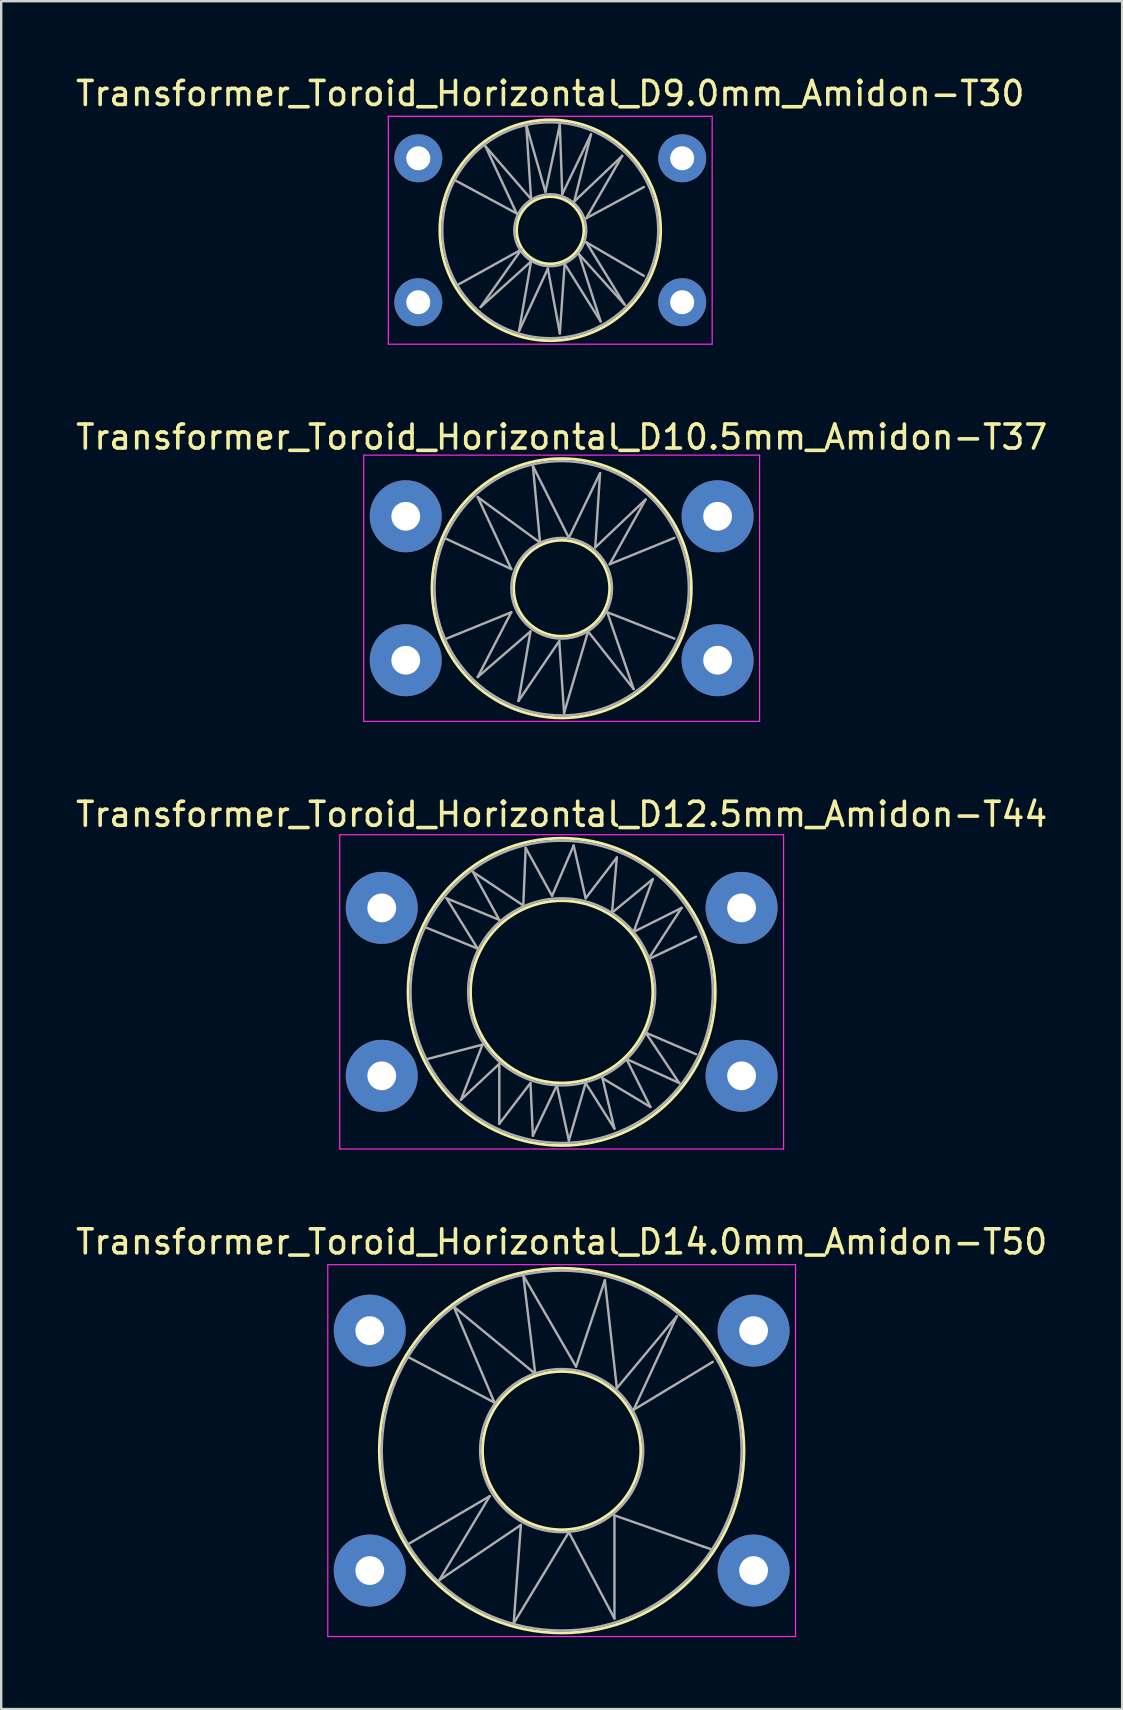
<source format=kicad_pcb>
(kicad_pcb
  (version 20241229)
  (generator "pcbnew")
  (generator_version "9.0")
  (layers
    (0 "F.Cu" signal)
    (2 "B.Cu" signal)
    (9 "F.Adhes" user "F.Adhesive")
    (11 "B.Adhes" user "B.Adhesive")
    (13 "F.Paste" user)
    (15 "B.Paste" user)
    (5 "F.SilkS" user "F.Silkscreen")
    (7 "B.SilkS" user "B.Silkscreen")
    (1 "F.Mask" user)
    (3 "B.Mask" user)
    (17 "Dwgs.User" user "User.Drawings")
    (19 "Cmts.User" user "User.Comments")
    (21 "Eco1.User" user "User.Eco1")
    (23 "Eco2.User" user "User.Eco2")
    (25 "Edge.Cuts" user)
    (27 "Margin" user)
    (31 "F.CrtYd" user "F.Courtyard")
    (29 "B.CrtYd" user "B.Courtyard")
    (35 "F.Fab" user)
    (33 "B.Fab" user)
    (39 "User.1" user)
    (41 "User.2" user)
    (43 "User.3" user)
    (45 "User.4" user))
  (footprint "Transformer_Toroid_Horizontal_D14.0mm_Amidon-T50"
    (layer "F.Cu")
    (at 12.363 62.418)
    (property "Reference" "Transformer_Toroid_Horizontal_D14.0mm_Amidon-T50" (at 8 -13.7 0) (layer "F.SilkS") (effects (font (size 1 1) (thickness 0.15))))
    (attr through_hole)
    (fp_circle (center 8 -5) (end 8 -12.6) (stroke (width 0.12) (type solid)) (fill no) (layer "F.SilkS"))
    (fp_circle (center 8 -5) (end 8 -8.3) (stroke (width 0.12) (type solid)) (fill no) (layer "F.SilkS"))
    (fp_line (start -1.75 -12.75) (end -1.75 2.75) (stroke (width 0.05) (type solid)) (layer "F.CrtYd"))
    (fp_line (start -1.75 -12.75) (end 17.75 -12.75) (stroke (width 0.05) (type solid)) (layer "F.CrtYd"))
    (fp_line (start 17.75 2.75) (end -1.75 2.75) (stroke (width 0.05) (type solid)) (layer "F.CrtYd"))
    (fp_line (start 17.75 2.75) (end 17.75 -12.75) (stroke (width 0.05) (type solid)) (layer "F.CrtYd"))
    (fp_line (start 1.6 -8.9) (end 5.2 -7) (stroke (width 0.1) (type solid)) (layer "F.Fab"))
    (fp_line (start 1.6 -1.1) (end 5 -3.1) (stroke (width 0.1) (type solid)) (layer "F.Fab"))
    (fp_line (start 2.9 0.4) (end 6.3 -1.9) (stroke (width 0.1) (type solid)) (layer "F.Fab"))
    (fp_line (start 3.5 -11) (end 6.9 -8.2) (stroke (width 0.1) (type solid)) (layer "F.Fab"))
    (fp_line (start 5 -3.1) (end 2.9 0.4) (stroke (width 0.1) (type solid)) (layer "F.Fab"))
    (fp_line (start 5.2 -7) (end 3.5 -11) (stroke (width 0.1) (type solid)) (layer "F.Fab"))
    (fp_line (start 6 2.2) (end 8.3 -1.6) (stroke (width 0.1) (type solid)) (layer "F.Fab"))
    (fp_line (start 6.3 -1.9) (end 6 2.2) (stroke (width 0.1) (type solid)) (layer "F.Fab"))
    (fp_line (start 6.4 -12.3) (end 8.6 -8.5) (stroke (width 0.1) (type solid)) (layer "F.Fab"))
    (fp_line (start 6.9 -8.2) (end 6.4 -12.3) (stroke (width 0.1) (type solid)) (layer "F.Fab"))
    (fp_line (start 8.3 -1.6) (end 10.2 2) (stroke (width 0.1) (type solid)) (layer "F.Fab"))
    (fp_line (start 8.6 -8.5) (end 9.8 -12.1) (stroke (width 0.1) (type solid)) (layer "F.Fab"))
    (fp_line (start 9.8 -12.1) (end 10.3 -7.6) (stroke (width 0.1) (type solid)) (layer "F.Fab"))
    (fp_line (start 10.2 -2.3) (end 13.9 -1) (stroke (width 0.1) (type solid)) (layer "F.Fab"))
    (fp_line (start 10.2 2) (end 10.2 -2.3) (stroke (width 0.1) (type solid)) (layer "F.Fab"))
    (fp_line (start 10.3 -7.6) (end 12.8 -10.6) (stroke (width 0.1) (type solid)) (layer "F.Fab"))
    (fp_line (start 11 -6.7) (end 14.3 -8.7) (stroke (width 0.1) (type solid)) (layer "F.Fab"))
    (fp_line (start 12.8 -10.6) (end 11 -6.7) (stroke (width 0.1) (type solid)) (layer "F.Fab"))
    (fp_line (start 13.9 -1) (end 14.2 -0.9) (stroke (width 0.1) (type solid)) (layer "F.Fab"))
    (fp_circle (center 8 -5) (end 11.4 -5) (stroke (width 0.1) (type solid)) (fill no) (layer "F.Fab"))
    (fp_circle (center 8 -5) (end 15.5 -5) (stroke (width 0.1) (type solid)) (fill no) (layer "F.Fab"))
    (pad "1" thru_hole circle (at 0 0) (size 3 3) (drill 1.2) (layers "*.Cu" "*.Mask"))
    (pad "2" thru_hole circle (at 16 0) (size 3 3) (drill 1.2) (layers "*.Cu" "*.Mask"))
    (pad "3" thru_hole circle (at 0 -10) (size 3 3) (drill 1.2) (layers "*.Cu" "*.Mask"))
    (pad "4" thru_hole circle (at 16 -10) (size 3 3) (drill 1.2) (layers "*.Cu" "*.Mask")))
  (footprint "Transformer_Toroid_Horizontal_D10.5mm_Amidon-T37"
    (layer "F.Cu")
    (at 13.863 24.471)
    (property "Reference" "Transformer_Toroid_Horizontal_D10.5mm_Amidon-T37" (at 6.5 -9.3 0) (layer "F.SilkS") (effects (font (size 1 1) (thickness 0.15))))
    (attr through_hole)
    (fp_circle (center 6.5 -3) (end 8.5 -2.9) (stroke (width 0.12) (type solid)) (fill no) (layer "F.SilkS"))
    (fp_circle (center 6.5 -3) (end 11.9 -2.8) (stroke (width 0.12) (type solid)) (fill no) (layer "F.SilkS"))
    (fp_line (start -1.75 -8.55) (end -1.75 2.55) (stroke (width 0.05) (type solid)) (layer "F.CrtYd"))
    (fp_line (start -1.75 -8.55) (end 14.75 -8.55) (stroke (width 0.05) (type solid)) (layer "F.CrtYd"))
    (fp_line (start 14.75 2.55) (end -1.75 2.55) (stroke (width 0.05) (type solid)) (layer "F.CrtYd"))
    (fp_line (start 14.75 2.55) (end 14.75 -8.55) (stroke (width 0.05) (type solid)) (layer "F.CrtYd"))
    (fp_line (start 1.6 -5.1) (end 4.4 -3.8) (stroke (width 0.1) (type solid)) (layer "F.Fab"))
    (fp_line (start 1.7 -0.9) (end 4.4 -2) (stroke (width 0.1) (type solid)) (layer "F.Fab"))
    (fp_line (start 3 -6.8) (end 5.6 -4.9) (stroke (width 0.1) (type solid)) (layer "F.Fab"))
    (fp_line (start 3 0.7) (end 5.2 -1.2) (stroke (width 0.1) (type solid)) (layer "F.Fab"))
    (fp_line (start 4.4 -3.8) (end 3 -6.8) (stroke (width 0.1) (type solid)) (layer "F.Fab"))
    (fp_line (start 4.4 -2) (end 3 0.7) (stroke (width 0.1) (type solid)) (layer "F.Fab"))
    (fp_line (start 4.7 1.7) (end 6.4 -0.8) (stroke (width 0.1) (type solid)) (layer "F.Fab"))
    (fp_line (start 5.2 -1.2) (end 4.7 1.7) (stroke (width 0.1) (type solid)) (layer "F.Fab"))
    (fp_line (start 5.3 -8.1) (end 6.8 -5.1) (stroke (width 0.1) (type solid)) (layer "F.Fab"))
    (fp_line (start 5.6 -4.9) (end 5.3 -8.1) (stroke (width 0.1) (type solid)) (layer "F.Fab"))
    (fp_line (start 6.4 -0.8) (end 6.6 2.2) (stroke (width 0.1) (type solid)) (layer "F.Fab"))
    (fp_line (start 6.6 2.2) (end 7.6 -1.2) (stroke (width 0.1) (type solid)) (layer "F.Fab"))
    (fp_line (start 6.8 -5.1) (end 8.1 -7.8) (stroke (width 0.1) (type solid)) (layer "F.Fab"))
    (fp_line (start 7.6 -1.2) (end 9.5 1.2) (stroke (width 0.1) (type solid)) (layer "F.Fab"))
    (fp_line (start 7.9 -4.7) (end 10 -6.7) (stroke (width 0.1) (type solid)) (layer "F.Fab"))
    (fp_line (start 8.1 -7.8) (end 7.9 -4.7) (stroke (width 0.1) (type solid)) (layer "F.Fab"))
    (fp_line (start 8.4 -2) (end 11.2 -0.9) (stroke (width 0.1) (type solid)) (layer "F.Fab"))
    (fp_line (start 8.5 -4) (end 11.2 -5.1) (stroke (width 0.1) (type solid)) (layer "F.Fab"))
    (fp_line (start 9.5 1.2) (end 8.4 -2) (stroke (width 0.1) (type solid)) (layer "F.Fab"))
    (fp_line (start 10 -6.7) (end 8.5 -4) (stroke (width 0.1) (type solid)) (layer "F.Fab"))
    (fp_circle (center 6.5 -3) (end 8.6 -3) (stroke (width 0.1) (type solid)) (fill no) (layer "F.Fab"))
    (fp_circle (center 6.5 -3) (end 11.8 -3) (stroke (width 0.1) (type solid)) (fill no) (layer "F.Fab"))
    (pad "1" thru_hole circle (at 0 0) (size 3 3) (drill 1.2) (layers "*.Cu" "*.Mask"))
    (pad "2" thru_hole circle (at 13 0) (size 3 3) (drill 1.2) (layers "*.Cu" "*.Mask"))
    (pad "3" thru_hole circle (at 0 -6) (size 3 3) (drill 1.2) (layers "*.Cu" "*.Mask"))
    (pad "4" thru_hole circle (at 13 -6) (size 3 3) (drill 1.2) (layers "*.Cu" "*.Mask")))
  (footprint "Transformer_Toroid_Horizontal_D9.0mm_Amidon-T30"
    (layer "F.Cu")
    (at 14.387 9.548)
    (property "Reference" "Transformer_Toroid_Horizontal_D9.0mm_Amidon-T30" (at 5.5 -8.7 0) (layer "F.SilkS") (effects (font (size 1 1) (thickness 0.15))))
    (attr through_hole)
    (fp_circle (center 5.5 -3) (end 6.9 -3.1) (stroke (width 0.12) (type solid)) (fill no) (layer "F.SilkS"))
    (fp_circle (center 5.5 -3) (end 10.1 -3.1) (stroke (width 0.12) (type solid)) (fill no) (layer "F.SilkS"))
    (fp_line (start -1.25 -7.75) (end -1.25 1.75) (stroke (width 0.05) (type solid)) (layer "F.CrtYd"))
    (fp_line (start -1.25 -7.75) (end 12.25 -7.75) (stroke (width 0.05) (type solid)) (layer "F.CrtYd"))
    (fp_line (start 12.25 1.75) (end -1.25 1.75) (stroke (width 0.05) (type solid)) (layer "F.CrtYd"))
    (fp_line (start 12.25 1.75) (end 12.25 -7.75) (stroke (width 0.05) (type solid)) (layer "F.CrtYd"))
    (fp_line (start 1.5 -5.1) (end 4.1 -3.7) (stroke (width 0.1) (type solid)) (layer "F.Fab"))
    (fp_line (start 1.6 -0.7) (end 4.3 -2.2) (stroke (width 0.1) (type solid)) (layer "F.Fab"))
    (fp_line (start 2.6 0.2) (end 4.7 -1.7) (stroke (width 0.1) (type solid)) (layer "F.Fab"))
    (fp_line (start 2.8 -6.5) (end 4.7 -4.3) (stroke (width 0.1) (type solid)) (layer "F.Fab"))
    (fp_line (start 4.1 -3.7) (end 2.8 -6.5) (stroke (width 0.1) (type solid)) (layer "F.Fab"))
    (fp_line (start 4.2 1.2) (end 5.4 -1.4) (stroke (width 0.1) (type solid)) (layer "F.Fab"))
    (fp_line (start 4.3 -2.2) (end 2.6 0.2) (stroke (width 0.1) (type solid)) (layer "F.Fab"))
    (fp_line (start 4.5 -7.4) (end 5.3 -4.6) (stroke (width 0.1) (type solid)) (layer "F.Fab"))
    (fp_line (start 4.7 -4.3) (end 4.5 -7.4) (stroke (width 0.1) (type solid)) (layer "F.Fab"))
    (fp_line (start 4.7 -1.7) (end 4.2 1.2) (stroke (width 0.1) (type solid)) (layer "F.Fab"))
    (fp_line (start 5.3 -4.6) (end 5.9 -7.4) (stroke (width 0.1) (type solid)) (layer "F.Fab"))
    (fp_line (start 5.4 -1.4) (end 5.9 1.3) (stroke (width 0.1) (type solid)) (layer "F.Fab"))
    (fp_line (start 5.9 -7.4) (end 6 -4.5) (stroke (width 0.1) (type solid)) (layer "F.Fab"))
    (fp_line (start 5.9 1.3) (end 6.1 -1.6) (stroke (width 0.1) (type solid)) (layer "F.Fab"))
    (fp_line (start 6 -4.5) (end 7.2 -7) (stroke (width 0.1) (type solid)) (layer "F.Fab"))
    (fp_line (start 6.1 -1.6) (end 7.6 0.8) (stroke (width 0.1) (type solid)) (layer "F.Fab"))
    (fp_line (start 6.5 -4.2) (end 8.5 -6.1) (stroke (width 0.1) (type solid)) (layer "F.Fab"))
    (fp_line (start 6.7 -2) (end 8.6 0.1) (stroke (width 0.1) (type solid)) (layer "F.Fab"))
    (fp_line (start 7 -3.5) (end 9.4 -4.8) (stroke (width 0.1) (type solid)) (layer "F.Fab"))
    (fp_line (start 7 -2.5) (end 9.4 -1.1) (stroke (width 0.1) (type solid)) (layer "F.Fab"))
    (fp_line (start 7.2 -7) (end 6.5 -4.2) (stroke (width 0.1) (type solid)) (layer "F.Fab"))
    (fp_line (start 7.6 0.8) (end 6.7 -2) (stroke (width 0.1) (type solid)) (layer "F.Fab"))
    (fp_line (start 8.5 -6.1) (end 7 -3.5) (stroke (width 0.1) (type solid)) (layer "F.Fab"))
    (fp_line (start 8.6 0.1) (end 7 -2.5) (stroke (width 0.1) (type solid)) (layer "F.Fab"))
    (fp_circle (center 5.5 -3) (end 7 -3) (stroke (width 0.1) (type solid)) (fill no) (layer "F.Fab"))
    (fp_circle (center 5.5 -3) (end 10 -3) (stroke (width 0.1) (type solid)) (fill no) (layer "F.Fab"))
    (pad "1" thru_hole circle (at 0 0) (size 2 2) (drill 1) (layers "*.Cu" "*.Mask"))
    (pad "2" thru_hole circle (at 11 0) (size 2 2) (drill 1) (layers "*.Cu" "*.Mask"))
    (pad "3" thru_hole circle (at 0 -6) (size 2 2) (drill 1) (layers "*.Cu" "*.Mask"))
    (pad "4" thru_hole circle (at 11 -6) (size 2 2) (drill 1) (layers "*.Cu" "*.Mask")))
  (footprint "Transformer_Toroid_Horizontal_D12.5mm_Amidon-T44"
    (layer "F.Cu")
    (at 12.863 41.795)
    (property "Reference" "Transformer_Toroid_Horizontal_D12.5mm_Amidon-T44" (at 7.5 -10.9 0) (layer "F.SilkS") (effects (font (size 1 1) (thickness 0.15))))
    (attr through_hole)
    (fp_circle (center 7.5 -3.5) (end 11.3 -3.5) (stroke (width 0.12) (type solid)) (fill no) (layer "F.SilkS"))
    (fp_circle (center 7.5 -3.5) (end 13.9 -3.7) (stroke (width 0.12) (type solid)) (fill no) (layer "F.SilkS"))
    (fp_line (start -1.75 -10.05) (end -1.75 3.05) (stroke (width 0.05) (type solid)) (layer "F.CrtYd"))
    (fp_line (start -1.75 -10.05) (end 16.75 -10.05) (stroke (width 0.05) (type solid)) (layer "F.CrtYd"))
    (fp_line (start 16.75 3.05) (end -1.75 3.05) (stroke (width 0.05) (type solid)) (layer "F.CrtYd"))
    (fp_line (start 16.75 3.05) (end 16.75 -10.05) (stroke (width 0.05) (type solid)) (layer "F.CrtYd"))
    (fp_line (start 1.8 -6.2) (end 4 -5.3) (stroke (width 0.1) (type solid)) (layer "F.Fab"))
    (fp_line (start 1.9 -0.7) (end 4.2 -1.3) (stroke (width 0.1) (type solid)) (layer "F.Fab"))
    (fp_line (start 2.7 -7.4) (end 4.9 -6.5) (stroke (width 0.1) (type solid)) (layer "F.Fab"))
    (fp_line (start 3.3 1) (end 4.9 -0.5) (stroke (width 0.1) (type solid)) (layer "F.Fab"))
    (fp_line (start 3.8 -8.5) (end 5.9 -7.1) (stroke (width 0.1) (type solid)) (layer "F.Fab"))
    (fp_line (start 4 -5.3) (end 2.7 -7.4) (stroke (width 0.1) (type solid)) (layer "F.Fab"))
    (fp_line (start 4.2 -1.3) (end 3.3 1) (stroke (width 0.1) (type solid)) (layer "F.Fab"))
    (fp_line (start 4.9 -6.5) (end 3.8 -8.5) (stroke (width 0.1) (type solid)) (layer "F.Fab"))
    (fp_line (start 4.9 -0.5) (end 4.9 2) (stroke (width 0.1) (type solid)) (layer "F.Fab"))
    (fp_line (start 4.9 2) (end 6.2 0.3) (stroke (width 0.1) (type solid)) (layer "F.Fab"))
    (fp_line (start 5.9 -7.1) (end 6 -9.5) (stroke (width 0.1) (type solid)) (layer "F.Fab"))
    (fp_line (start 6 -9.5) (end 7.1 -7.5) (stroke (width 0.1) (type solid)) (layer "F.Fab"))
    (fp_line (start 6.2 0.3) (end 6.3 2.5) (stroke (width 0.1) (type solid)) (layer "F.Fab"))
    (fp_line (start 6.3 2.5) (end 7.3 0.4) (stroke (width 0.1) (type solid)) (layer "F.Fab"))
    (fp_line (start 7.1 -7.5) (end 8 -9.6) (stroke (width 0.1) (type solid)) (layer "F.Fab"))
    (fp_line (start 7.3 0.4) (end 7.8 2.7) (stroke (width 0.1) (type solid)) (layer "F.Fab"))
    (fp_line (start 7.8 2.7) (end 8.5 0.3) (stroke (width 0.1) (type solid)) (layer "F.Fab"))
    (fp_line (start 8 -9.6) (end 8.5 -7.4) (stroke (width 0.1) (type solid)) (layer "F.Fab"))
    (fp_line (start 8.5 -7.4) (end 9.8 -9.1) (stroke (width 0.1) (type solid)) (layer "F.Fab"))
    (fp_line (start 8.5 0.3) (end 9.7 2.2) (stroke (width 0.1) (type solid)) (layer "F.Fab"))
    (fp_line (start 9.2 0.1) (end 11.2 1.3) (stroke (width 0.1) (type solid)) (layer "F.Fab"))
    (fp_line (start 9.6 -6.8) (end 11.3 -8.2) (stroke (width 0.1) (type solid)) (layer "F.Fab"))
    (fp_line (start 9.7 2.2) (end 9.2 0.1) (stroke (width 0.1) (type solid)) (layer "F.Fab"))
    (fp_line (start 9.8 -9.1) (end 9.6 -6.8) (stroke (width 0.1) (type solid)) (layer "F.Fab"))
    (fp_line (start 10.2 -0.7) (end 12.4 0.3) (stroke (width 0.1) (type solid)) (layer "F.Fab"))
    (fp_line (start 10.5 -6) (end 12.5 -7) (stroke (width 0.1) (type solid)) (layer "F.Fab"))
    (fp_line (start 11 -1.8) (end 13.1 -0.9) (stroke (width 0.1) (type solid)) (layer "F.Fab"))
    (fp_line (start 11.2 -4.9) (end 13.1 -5.8) (stroke (width 0.1) (type solid)) (layer "F.Fab"))
    (fp_line (start 11.2 1.3) (end 10.2 -0.7) (stroke (width 0.1) (type solid)) (layer "F.Fab"))
    (fp_line (start 11.3 -8.2) (end 10.5 -6) (stroke (width 0.1) (type solid)) (layer "F.Fab"))
    (fp_line (start 12.4 0.3) (end 11 -1.8) (stroke (width 0.1) (type solid)) (layer "F.Fab"))
    (fp_line (start 12.5 -7) (end 11.2 -5) (stroke (width 0.1) (type solid)) (layer "F.Fab"))
    (fp_circle (center 7.5 -3.5) (end 11.4 -3.5) (stroke (width 0.1) (type solid)) (fill no) (layer "F.Fab"))
    (fp_circle (center 7.5 -3.5) (end 13.8 -3.5) (stroke (width 0.1) (type solid)) (fill no) (layer "F.Fab"))
    (pad "1" thru_hole circle (at 0 0) (size 3 3) (drill 1.2) (layers "*.Cu" "*.Mask"))
    (pad "2" thru_hole circle (at 15 0) (size 3 3) (drill 1.2) (layers "*.Cu" "*.Mask"))
    (pad "3" thru_hole circle (at 0 -7) (size 3 3) (drill 1.2) (layers "*.Cu" "*.Mask"))
    (pad "4" thru_hole circle (at 15 -7) (size 3 3) (drill 1.2) (layers "*.Cu" "*.Mask")))
  (gr_rect
    (start -3 -3)
    (end 43.726 68.193)
    (stroke (width 0.1) (type default))
    (fill no)
    (layer "Edge.Cuts")))
</source>
